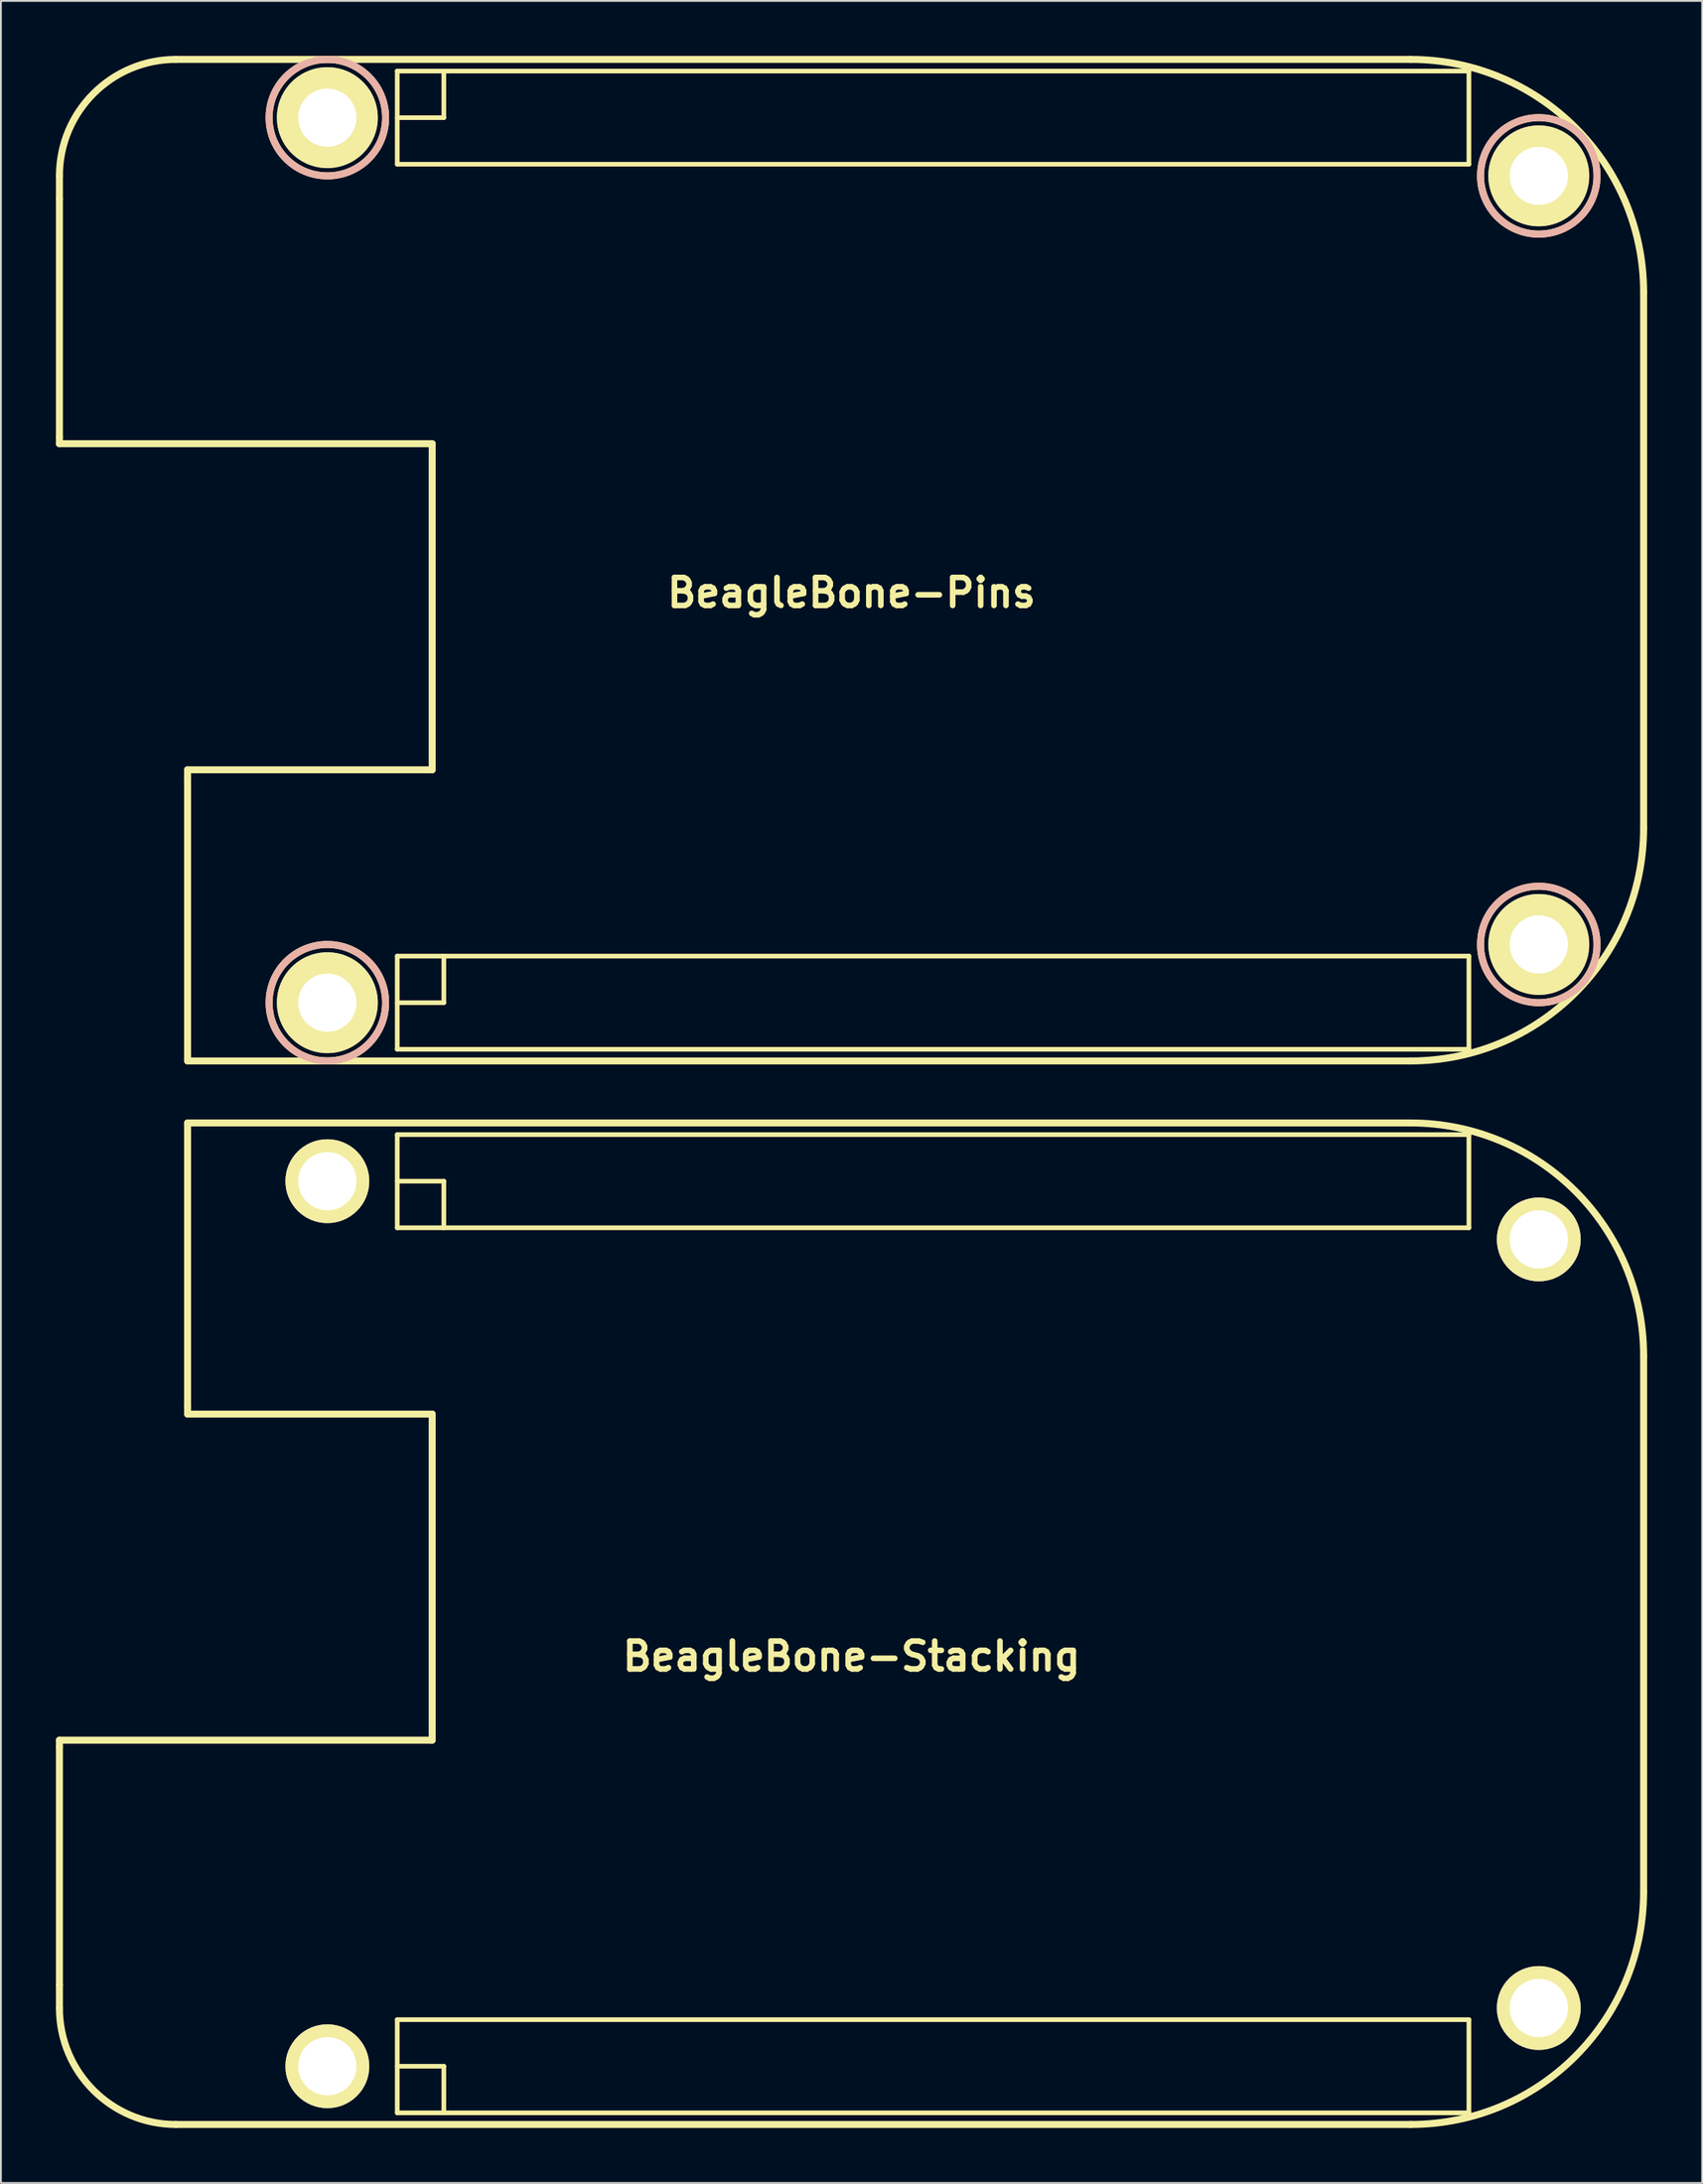
<source format=kicad_pcb>
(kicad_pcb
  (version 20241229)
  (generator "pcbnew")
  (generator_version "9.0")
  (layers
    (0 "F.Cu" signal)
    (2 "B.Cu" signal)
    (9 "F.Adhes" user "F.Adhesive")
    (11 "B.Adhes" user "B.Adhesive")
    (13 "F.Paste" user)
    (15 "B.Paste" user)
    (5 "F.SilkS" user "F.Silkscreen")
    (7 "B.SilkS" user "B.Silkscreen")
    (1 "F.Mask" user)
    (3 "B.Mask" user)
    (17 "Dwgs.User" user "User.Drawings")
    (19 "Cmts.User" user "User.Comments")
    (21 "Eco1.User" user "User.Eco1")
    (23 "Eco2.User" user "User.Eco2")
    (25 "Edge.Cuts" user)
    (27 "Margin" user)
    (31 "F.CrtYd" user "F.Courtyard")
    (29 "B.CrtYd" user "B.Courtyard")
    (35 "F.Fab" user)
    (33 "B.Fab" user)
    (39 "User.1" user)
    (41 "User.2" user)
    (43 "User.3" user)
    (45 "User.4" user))
  (footprint "BeagleBone-Pins"
    (layer "F.Cu")
    (at 43.37 27.495)
    (property "Reference" "BeagleBone-Pins" (at 0 1.778 0) (layer "F.SilkS") (effects (font (size 1.524 1.524) (thickness 0.305))))
    (attr through_hole)
    (fp_line (start -43.18 -20.955) (end -43.18 -19.685) (stroke (width 0.381) (type solid)) (layer "F.SilkS"))
    (fp_line (start -43.18 -6.731) (end -43.18 -19.685) (stroke (width 0.381) (type solid)) (layer "F.SilkS"))
    (fp_line (start -43.18 -6.35) (end -43.18 -6.731) (stroke (width 0.381) (type solid)) (layer "F.SilkS"))
    (fp_line (start -36.195 11.43) (end -22.86 11.43) (stroke (width 0.381) (type solid)) (layer "F.SilkS"))
    (fp_line (start -36.195 11.811) (end -36.195 11.43) (stroke (width 0.381) (type solid)) (layer "F.SilkS"))
    (fp_line (start -36.195 27.305) (end -36.195 11.811) (stroke (width 0.381) (type solid)) (layer "F.SilkS"))
    (fp_line (start -24.765 -26.67) (end -24.765 -21.59) (stroke (width 0.254) (type solid)) (layer "F.SilkS"))
    (fp_line (start -24.765 -24.13) (end -22.225 -24.13) (stroke (width 0.254) (type solid)) (layer "F.SilkS"))
    (fp_line (start -24.765 -21.59) (end 33.655 -21.59) (stroke (width 0.254) (type solid)) (layer "F.SilkS"))
    (fp_line (start -24.765 21.59) (end -24.765 26.67) (stroke (width 0.254) (type solid)) (layer "F.SilkS"))
    (fp_line (start -24.765 24.13) (end -22.225 24.13) (stroke (width 0.254) (type solid)) (layer "F.SilkS"))
    (fp_line (start -24.765 26.67) (end 33.655 26.67) (stroke (width 0.254) (type solid)) (layer "F.SilkS"))
    (fp_line (start -22.86 -6.35) (end -43.18 -6.35) (stroke (width 0.381) (type solid)) (layer "F.SilkS"))
    (fp_line (start -22.86 11.43) (end -22.86 -6.35) (stroke (width 0.381) (type solid)) (layer "F.SilkS"))
    (fp_line (start -22.225 -24.13) (end -22.225 -26.67) (stroke (width 0.254) (type solid)) (layer "F.SilkS"))
    (fp_line (start -22.225 24.13) (end -22.225 21.59) (stroke (width 0.254) (type solid)) (layer "F.SilkS"))
    (fp_line (start 30.48 -27.305) (end -36.83 -27.305) (stroke (width 0.381) (type solid)) (layer "F.SilkS"))
    (fp_line (start 30.48 27.305) (end -36.195 27.305) (stroke (width 0.381) (type solid)) (layer "F.SilkS"))
    (fp_line (start 33.655 -26.67) (end -24.765 -26.67) (stroke (width 0.254) (type solid)) (layer "F.SilkS"))
    (fp_line (start 33.655 -21.59) (end 33.655 -26.67) (stroke (width 0.254) (type solid)) (layer "F.SilkS"))
    (fp_line (start 33.655 21.59) (end -24.765 21.59) (stroke (width 0.254) (type solid)) (layer "F.SilkS"))
    (fp_line (start 33.655 26.67) (end 33.655 21.59) (stroke (width 0.254) (type solid)) (layer "F.SilkS"))
    (fp_line (start 43.18 -14.605) (end 43.18 14.605) (stroke (width 0.381) (type solid)) (layer "F.SilkS"))
    (fp_arc (start -43.18 -20.955) (mid -41.320128 -25.445128) (end -36.83 -27.305) (stroke (width 0.381) (type solid)) (layer "F.SilkS"))
    (fp_arc (start 30.48 -27.305) (mid 39.460256 -23.585256) (end 43.18 -14.605) (stroke (width 0.381) (type solid)) (layer "F.SilkS"))
    (fp_arc (start 43.18 14.605) (mid 39.460256 23.585256) (end 30.48 27.305) (stroke (width 0.381) (type solid)) (layer "F.SilkS"))
    (fp_circle (center -28.575 -24.13) (end -25.4 -24.13) (stroke (width 0.381) (type solid)) (fill no) (layer "F.SilkS"))
    (fp_circle (center -28.575 24.13) (end -25.4 24.13) (stroke (width 0.381) (type solid)) (fill no) (layer "F.SilkS"))
    (fp_circle (center 37.465 -20.955) (end 40.64 -20.955) (stroke (width 0.381) (type solid)) (fill no) (layer "F.SilkS"))
    (fp_circle (center 37.465 20.955) (end 40.64 20.955) (stroke (width 0.381) (type solid)) (fill no) (layer "F.SilkS"))
    (fp_circle (center -28.575 -24.13) (end -25.4 -24.13) (stroke (width 0.381) (type solid)) (fill no) (layer "B.SilkS"))
    (fp_circle (center -28.575 24.13) (end -25.4 24.13) (stroke (width 0.381) (type solid)) (fill no) (layer "B.SilkS"))
    (fp_circle (center 37.465 -20.955) (end 40.64 -20.955) (stroke (width 0.381) (type solid)) (fill no) (layer "B.SilkS"))
    (fp_circle (center 37.465 20.955) (end 40.64 20.955) (stroke (width 0.381) (type solid)) (fill no) (layer "B.SilkS"))
    (pad "M1" thru_hole circle (at 37.465 -20.955 180) (size 5.5 5.5) (drill 3.175) (layers "*.Cu" "*.Mask" "F.SilkS"))
    (pad "M2" thru_hole circle (at -28.575 -24.13 180) (size 5.5 5.5) (drill 3.175) (layers "*.Cu" "*.Mask" "F.SilkS"))
    (pad "M3" thru_hole circle (at -28.575 24.13 180) (size 5.5 5.5) (drill 3.175) (layers "*.Cu" "*.Mask" "F.SilkS"))
    (pad "M4" thru_hole circle (at 37.465 20.955 180) (size 5.5 5.5) (drill 3.175) (layers "*.Cu" "*.Mask" "F.SilkS")))
  (footprint "BeagleBone-Stacking"
    (layer "F.Cu")
    (at 43.37 85.487)
    (property "Reference" "BeagleBone-Stacking" (at 0 1.778 0) (layer "F.SilkS") (effects (font (size 1.524 1.524) (thickness 0.305))))
    (attr through_hole)
    (fp_line (start -43.18 6.35) (end -43.18 6.731) (stroke (width 0.381) (type solid)) (layer "F.SilkS"))
    (fp_line (start -43.18 6.731) (end -43.18 19.685) (stroke (width 0.381) (type solid)) (layer "F.SilkS"))
    (fp_line (start -43.18 20.955) (end -43.18 19.685) (stroke (width 0.381) (type solid)) (layer "F.SilkS"))
    (fp_line (start -36.195 -27.305) (end -36.195 -11.811) (stroke (width 0.381) (type solid)) (layer "F.SilkS"))
    (fp_line (start -36.195 -11.811) (end -36.195 -11.43) (stroke (width 0.381) (type solid)) (layer "F.SilkS"))
    (fp_line (start -36.195 -11.43) (end -22.86 -11.43) (stroke (width 0.381) (type solid)) (layer "F.SilkS"))
    (fp_line (start -24.765 -26.67) (end 33.655 -26.67) (stroke (width 0.254) (type solid)) (layer "F.SilkS"))
    (fp_line (start -24.765 -24.13) (end -22.225 -24.13) (stroke (width 0.254) (type solid)) (layer "F.SilkS"))
    (fp_line (start -24.765 -21.59) (end -24.765 -26.67) (stroke (width 0.254) (type solid)) (layer "F.SilkS"))
    (fp_line (start -24.765 21.59) (end 33.655 21.59) (stroke (width 0.254) (type solid)) (layer "F.SilkS"))
    (fp_line (start -24.765 24.13) (end -22.225 24.13) (stroke (width 0.254) (type solid)) (layer "F.SilkS"))
    (fp_line (start -24.765 26.67) (end -24.765 21.59) (stroke (width 0.254) (type solid)) (layer "F.SilkS"))
    (fp_line (start -22.86 -11.43) (end -22.86 6.35) (stroke (width 0.381) (type solid)) (layer "F.SilkS"))
    (fp_line (start -22.86 6.35) (end -43.18 6.35) (stroke (width 0.381) (type solid)) (layer "F.SilkS"))
    (fp_line (start -22.225 -24.13) (end -22.225 -21.59) (stroke (width 0.254) (type solid)) (layer "F.SilkS"))
    (fp_line (start -22.225 24.13) (end -22.225 26.67) (stroke (width 0.254) (type solid)) (layer "F.SilkS"))
    (fp_line (start 30.48 -27.305) (end -36.195 -27.305) (stroke (width 0.381) (type solid)) (layer "F.SilkS"))
    (fp_line (start 30.48 27.305) (end -36.83 27.305) (stroke (width 0.381) (type solid)) (layer "F.SilkS"))
    (fp_line (start 33.655 -26.67) (end 33.655 -21.59) (stroke (width 0.254) (type solid)) (layer "F.SilkS"))
    (fp_line (start 33.655 -21.59) (end -24.765 -21.59) (stroke (width 0.254) (type solid)) (layer "F.SilkS"))
    (fp_line (start 33.655 21.59) (end 33.655 26.67) (stroke (width 0.254) (type solid)) (layer "F.SilkS"))
    (fp_line (start 33.655 26.67) (end -24.765 26.67) (stroke (width 0.254) (type solid)) (layer "F.SilkS"))
    (fp_line (start 43.18 14.605) (end 43.18 -14.605) (stroke (width 0.381) (type solid)) (layer "F.SilkS"))
    (fp_arc (start -36.83 27.305) (mid -41.320128 25.445128) (end -43.18 20.955) (stroke (width 0.381) (type solid)) (layer "F.SilkS"))
    (fp_arc (start 30.48 -27.305) (mid 39.460256 -23.585256) (end 43.18 -14.605) (stroke (width 0.381) (type solid)) (layer "F.SilkS"))
    (fp_arc (start 43.18 14.605) (mid 39.460256 23.585256) (end 30.48 27.305) (stroke (width 0.381) (type solid)) (layer "F.SilkS"))
    (pad "M1" thru_hole circle (at 37.465 20.955 180) (size 4.572 4.572) (drill 3.175) (layers "*.Cu" "*.Mask" "F.SilkS"))
    (pad "M2" thru_hole circle (at -28.575 24.13 180) (size 4.572 4.572) (drill 3.175) (layers "*.Cu" "*.Mask" "F.SilkS"))
    (pad "M3" thru_hole circle (at -28.575 -24.13 180) (size 4.572 4.572) (drill 3.175) (layers "*.Cu" "*.Mask" "F.SilkS"))
    (pad "M4" thru_hole circle (at 37.465 -20.955 180) (size 4.572 4.572) (drill 3.175) (layers "*.Cu" "*.Mask" "F.SilkS")))
  (gr_rect
    (start -3 -3)
    (end 89.741 115.982)
    (stroke (width 0.1) (type default))
    (fill no)
    (layer "Edge.Cuts")))
</source>
